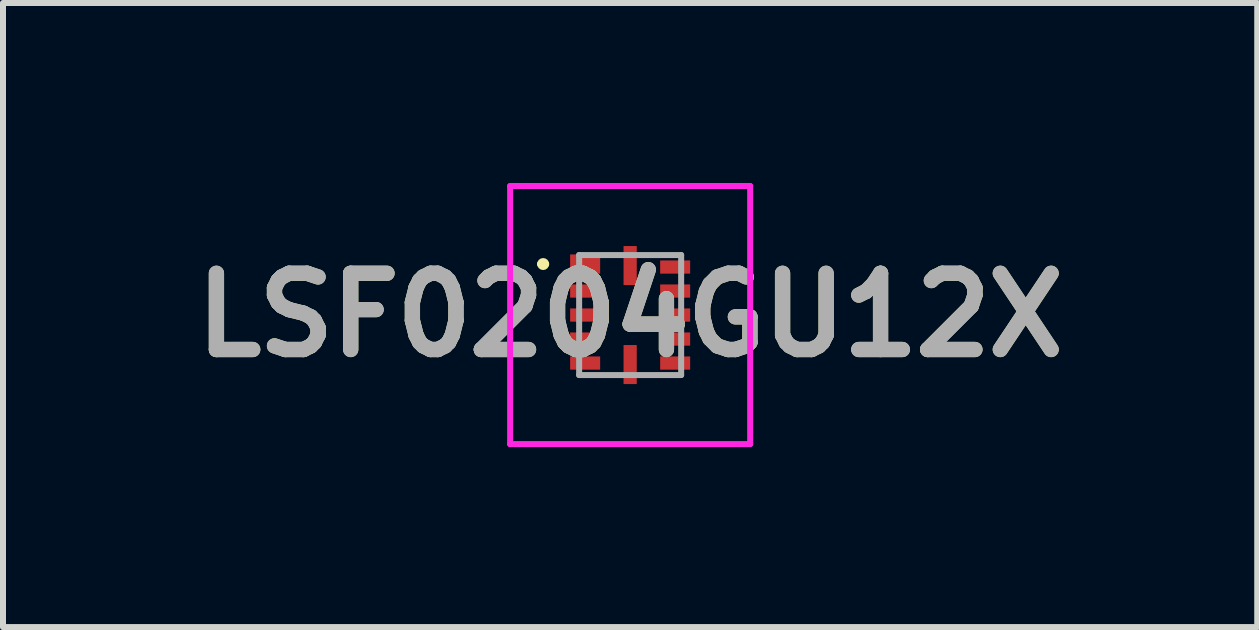
<source format=kicad_pcb>
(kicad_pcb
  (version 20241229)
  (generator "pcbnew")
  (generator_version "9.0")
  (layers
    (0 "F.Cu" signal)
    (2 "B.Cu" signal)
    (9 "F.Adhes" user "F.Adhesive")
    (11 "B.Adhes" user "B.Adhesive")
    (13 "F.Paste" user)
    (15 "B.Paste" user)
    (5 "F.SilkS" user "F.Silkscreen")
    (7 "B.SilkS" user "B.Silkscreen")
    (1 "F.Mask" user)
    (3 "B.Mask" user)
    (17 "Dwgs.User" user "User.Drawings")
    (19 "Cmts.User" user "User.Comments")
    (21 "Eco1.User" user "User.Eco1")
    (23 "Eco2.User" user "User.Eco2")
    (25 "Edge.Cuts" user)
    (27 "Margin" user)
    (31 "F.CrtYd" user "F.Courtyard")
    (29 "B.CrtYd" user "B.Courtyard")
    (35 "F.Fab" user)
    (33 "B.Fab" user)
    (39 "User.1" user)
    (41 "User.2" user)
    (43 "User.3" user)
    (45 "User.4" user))
  (footprint "LSF0204GU12X"
    (layer "F.Cu")
    (at 7.451 2.2)
    (property "Reference" "LSF0204GU12X" (at 0 0 0) (layer "F.SilkS") (effects (font (size 1.27 1.27) (thickness 0.254))))
    (attr smd)
    (fp_line (start -1.5 -0.85) (end -1.5 -0.85) (stroke (width 0.1) (type solid)) (layer "F.SilkS"))
    (fp_line (start -1.4 -0.85) (end -1.4 -0.85) (stroke (width 0.1) (type solid)) (layer "F.SilkS"))
    (fp_arc (start -1.5 -0.85) (mid -1.45 -0.9) (end -1.4 -0.85) (stroke (width 0.1) (type solid)) (layer "F.SilkS"))
    (fp_arc (start -1.4 -0.85) (mid -1.45 -0.8) (end -1.5 -0.85) (stroke (width 0.1) (type solid)) (layer "F.SilkS"))
    (fp_line (start -2 -2.15) (end 2 -2.15) (stroke (width 0.1) (type solid)) (layer "F.CrtYd"))
    (fp_line (start -2 2.15) (end -2 -2.15) (stroke (width 0.1) (type solid)) (layer "F.CrtYd"))
    (fp_line (start 2 -2.15) (end 2 2.15) (stroke (width 0.1) (type solid)) (layer "F.CrtYd"))
    (fp_line (start 2 2.15) (end -2 2.15) (stroke (width 0.1) (type solid)) (layer "F.CrtYd"))
    (fp_line (start -0.85 -1) (end 0.85 -1) (stroke (width 0.1) (type solid)) (layer "F.Fab"))
    (fp_line (start -0.85 1) (end -0.85 -1) (stroke (width 0.1) (type solid)) (layer "F.Fab"))
    (fp_line (start 0.85 -1) (end 0.85 1) (stroke (width 0.1) (type solid)) (layer "F.Fab"))
    (fp_line (start 0.85 1) (end -0.85 1) (stroke (width 0.1) (type solid)) (layer "F.Fab"))
    (fp_text user "${REFERENCE}" (at 0 0 0) (layer "F.Fab") (effects (font (size 1.27 1.27) (thickness 0.254))))
    (pad "1" smd rect (at -0.75 -0.85 90) (size 0.32 0.5) (layers "F.Cu" "F.Mask" "F.Paste"))
    (pad "2" smd rect (at -0.75 -0.4 90) (size 0.22 0.5) (layers "F.Cu" "F.Mask" "F.Paste"))
    (pad "3" smd rect (at -0.75 0 90) (size 0.22 0.5) (layers "F.Cu" "F.Mask" "F.Paste"))
    (pad "4" smd rect (at -0.75 0.4 90) (size 0.22 0.5) (layers "F.Cu" "F.Mask" "F.Paste"))
    (pad "5" smd rect (at -0.75 0.8 90) (size 0.22 0.5) (layers "F.Cu" "F.Mask" "F.Paste"))
    (pad "6" smd rect (at 0 0.825) (size 0.22 0.65) (layers "F.Cu" "F.Mask" "F.Paste"))
    (pad "7" smd rect (at 0.75 0.8 90) (size 0.22 0.5) (layers "F.Cu" "F.Mask" "F.Paste"))
    (pad "8" smd rect (at 0.75 0.4 90) (size 0.22 0.5) (layers "F.Cu" "F.Mask" "F.Paste"))
    (pad "9" smd rect (at 0.75 0 90) (size 0.22 0.5) (layers "F.Cu" "F.Mask" "F.Paste"))
    (pad "10" smd rect (at 0.75 -0.4 90) (size 0.22 0.5) (layers "F.Cu" "F.Mask" "F.Paste"))
    (pad "11" smd rect (at 0.75 -0.8 90) (size 0.22 0.5) (layers "F.Cu" "F.Mask" "F.Paste"))
    (pad "12" smd rect (at 0 -0.825) (size 0.22 0.65) (layers "F.Cu" "F.Mask" "F.Paste")))
  (gr_rect
    (start -3 -3)
    (end 17.901 7.4)
    (stroke (width 0.1) (type default))
    (fill no)
    (layer "Edge.Cuts")))
</source>
